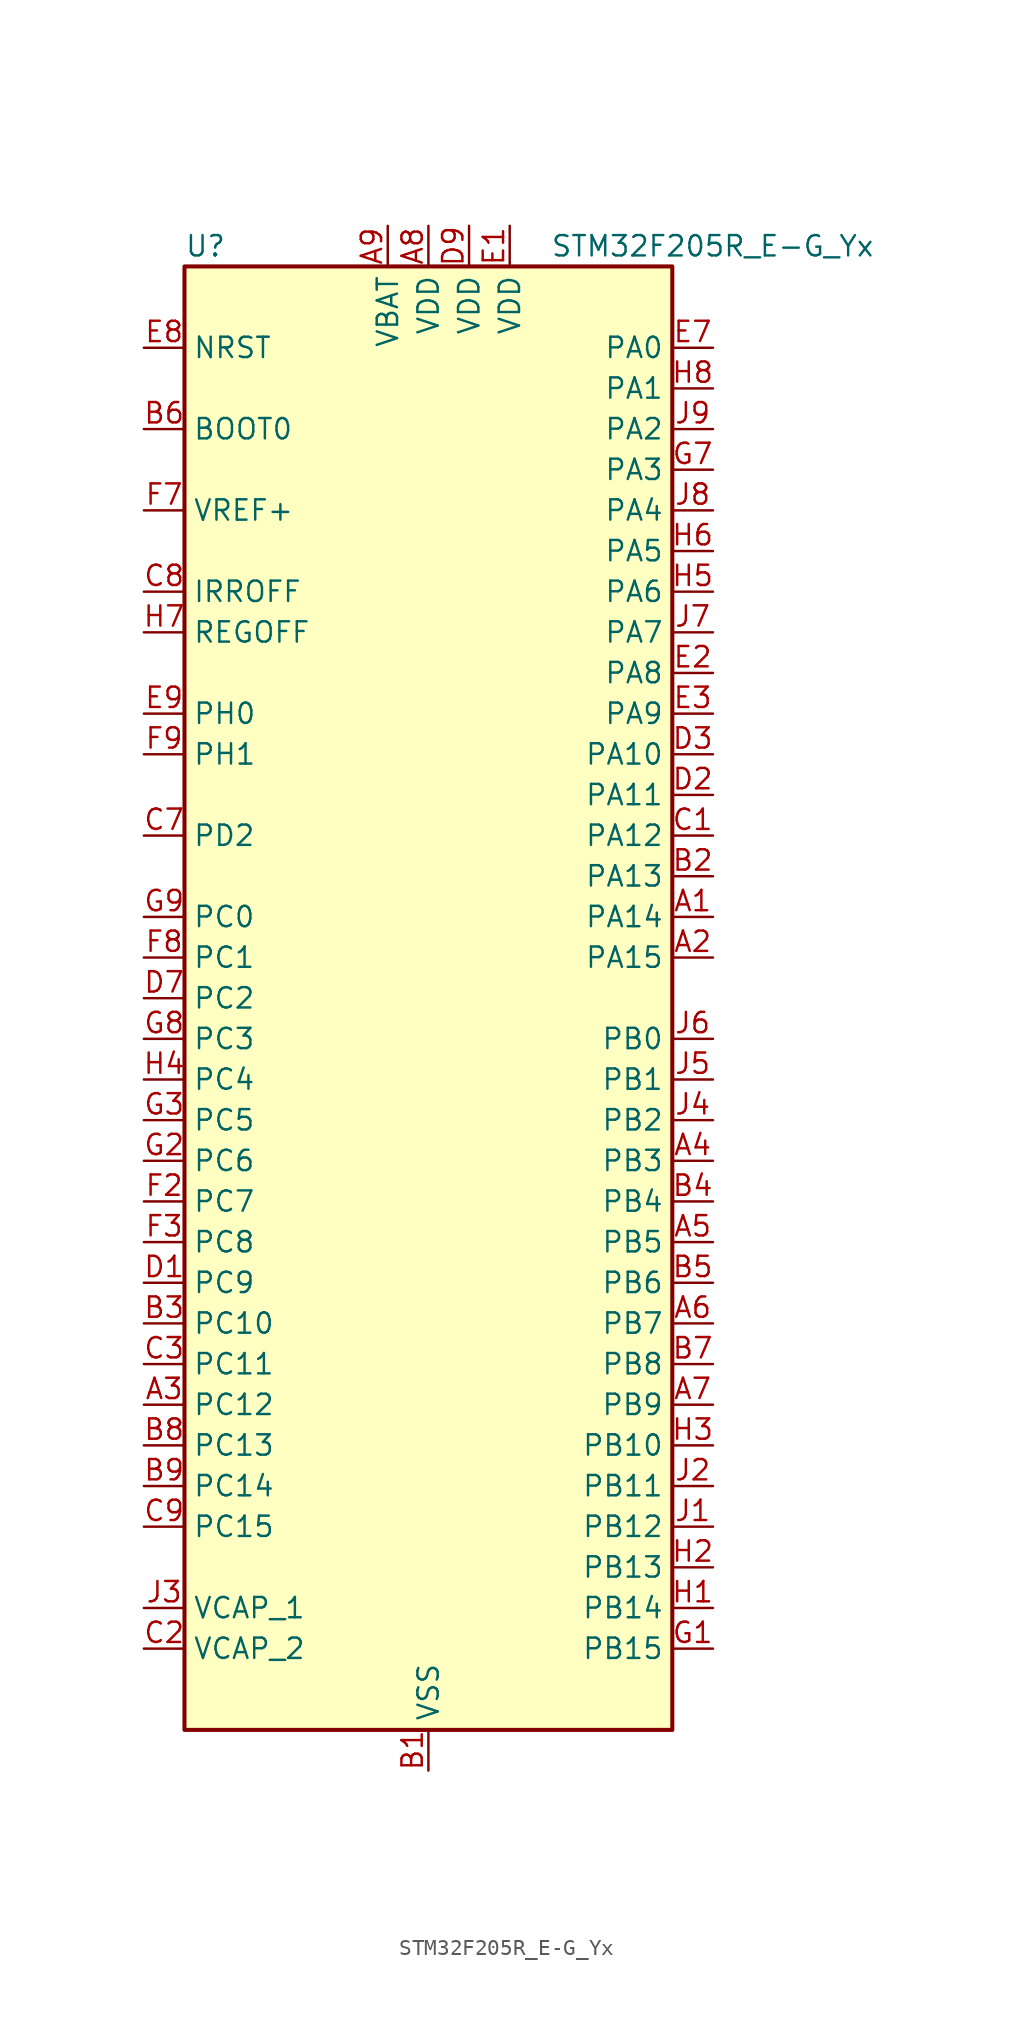
<source format=kicad_sym>
(kicad_symbol_lib
  (version 20241209)
  (generator "kicad_symbol_editor")
  (generator_version "9.0")
  (symbol "STM32F205R_E-G_Yx"
    (property "Reference" "U"
      (at -15.24 46.99 0)
      (effects (font (size 1.27 1.27)) (justify left)))
    (property "Value" "STM32F205R_E-G_Yx"
      (at 7.62 46.99 0)
      (effects (font (size 1.27 1.27)) (justify left)))
    (symbol "STM32F205R_E-G_Yx_0_1"
      (rectangle (start -15.24 -45.72) (end 15.24 45.72) (stroke (width 0.254) (type default)) (fill (type background))))
    (symbol "STM32F205R_E-G_Yx_1_1"
      (pin input line (at -17.78 40.64 0) (length 2.54) (name "NRST" (effects (font (size 1.27 1.27)))) (number "E8" (effects (font (size 1.27 1.27)))))
      (pin input line (at -17.78 35.56 0) (length 2.54) (name "BOOT0" (effects (font (size 1.27 1.27)))) (number "B6" (effects (font (size 1.27 1.27)))))
      (pin input line (at -17.78 30.48 0) (length 2.54) (name "VREF+" (effects (font (size 1.27 1.27)))) (number "F7" (effects (font (size 1.27 1.27)))))
      (pin input line (at -17.78 25.4 0) (length 2.54) (name "IRROFF" (effects (font (size 1.27 1.27)))) (number "C8" (effects (font (size 1.27 1.27)))))
      (pin input line (at -17.78 22.86 0) (length 2.54) (name "REGOFF" (effects (font (size 1.27 1.27)))) (number "H7" (effects (font (size 1.27 1.27)))))
      (pin bidirectional line (at -17.78 17.78 0) (length 2.54) (name "PH0" (effects (font (size 1.27 1.27)))) (number "E9" (effects (font (size 1.27 1.27)))) (alternate "RCC_OSC_IN" bidirectional line))
      (pin bidirectional line (at -17.78 15.24 0) (length 2.54) (name "PH1" (effects (font (size 1.27 1.27)))) (number "F9" (effects (font (size 1.27 1.27)))) (alternate "RCC_OSC_OUT" bidirectional line))
      (pin bidirectional line (at -17.78 10.16 0) (length 2.54) (name "PD2" (effects (font (size 1.27 1.27)))) (number "C7" (effects (font (size 1.27 1.27)))) (alternate "SDIO_CMD" bidirectional line) (alternate "TIM3_ETR" bidirectional line) (alternate "UART5_RX" bidirectional line))
      (pin bidirectional line (at -17.78 5.08 0) (length 2.54) (name "PC0" (effects (font (size 1.27 1.27)))) (number "G9" (effects (font (size 1.27 1.27)))) (alternate "ADC1_IN10" bidirectional line) (alternate "ADC2_IN10" bidirectional line) (alternate "ADC3_IN10" bidirectional line) (alternate "USB_OTG_HS_ULPI_STP" bidirectional line))
      (pin bidirectional line (at -17.78 2.54 0) (length 2.54) (name "PC1" (effects (font (size 1.27 1.27)))) (number "F8" (effects (font (size 1.27 1.27)))) (alternate "ADC1_IN11" bidirectional line) (alternate "ADC2_IN11" bidirectional line) (alternate "ADC3_IN11" bidirectional line))
      (pin bidirectional line (at -17.78 0 0) (length 2.54) (name "PC2" (effects (font (size 1.27 1.27)))) (number "D7" (effects (font (size 1.27 1.27)))) (alternate "ADC1_IN12" bidirectional line) (alternate "ADC2_IN12" bidirectional line) (alternate "ADC3_IN12" bidirectional line) (alternate "SPI2_MISO" bidirectional line) (alternate "USB_OTG_HS_ULPI_DIR" bidirectional line))
      (pin bidirectional line (at -17.78 -2.54 0) (length 2.54) (name "PC3" (effects (font (size 1.27 1.27)))) (number "G8" (effects (font (size 1.27 1.27)))) (alternate "ADC1_IN13" bidirectional line) (alternate "ADC2_IN13" bidirectional line) (alternate "ADC3_IN13" bidirectional line) (alternate "I2S2_SD" bidirectional line) (alternate "SPI2_MOSI" bidirectional line) (alternate "USB_OTG_HS_ULPI_NXT" bidirectional line))
      (pin bidirectional line (at -17.78 -5.08 0) (length 2.54) (name "PC4" (effects (font (size 1.27 1.27)))) (number "H4" (effects (font (size 1.27 1.27)))) (alternate "ADC1_IN14" bidirectional line) (alternate "ADC2_IN14" bidirectional line))
      (pin bidirectional line (at -17.78 -7.62 0) (length 2.54) (name "PC5" (effects (font (size 1.27 1.27)))) (number "G3" (effects (font (size 1.27 1.27)))) (alternate "ADC1_IN15" bidirectional line) (alternate "ADC2_IN15" bidirectional line))
      (pin bidirectional line (at -17.78 -10.16 0) (length 2.54) (name "PC6" (effects (font (size 1.27 1.27)))) (number "G2" (effects (font (size 1.27 1.27)))) (alternate "I2S2_MCK" bidirectional line) (alternate "SDIO_D6" bidirectional line) (alternate "TIM3_CH1" bidirectional line) (alternate "TIM8_CH1" bidirectional line) (alternate "USART6_TX" bidirectional line))
      (pin bidirectional line (at -17.78 -12.7 0) (length 2.54) (name "PC7" (effects (font (size 1.27 1.27)))) (number "F2" (effects (font (size 1.27 1.27)))) (alternate "I2S3_MCK" bidirectional line) (alternate "SDIO_D7" bidirectional line) (alternate "TIM3_CH2" bidirectional line) (alternate "TIM8_CH2" bidirectional line) (alternate "USART6_RX" bidirectional line))
      (pin bidirectional line (at -17.78 -15.24 0) (length 2.54) (name "PC8" (effects (font (size 1.27 1.27)))) (number "F3" (effects (font (size 1.27 1.27)))) (alternate "SDIO_D0" bidirectional line) (alternate "TIM3_CH3" bidirectional line) (alternate "TIM8_CH3" bidirectional line) (alternate "USART6_CK" bidirectional line))
      (pin bidirectional line (at -17.78 -17.78 0) (length 2.54) (name "PC9" (effects (font (size 1.27 1.27)))) (number "D1" (effects (font (size 1.27 1.27)))) (alternate "DAC_EXTI9" bidirectional line) (alternate "I2C3_SDA" bidirectional line) (alternate "I2S_CKIN" bidirectional line) (alternate "RCC_MCO_2" bidirectional line) (alternate "SDIO_D1" bidirectional line) (alternate "TIM3_CH4" bidirectional line) (alternate "TIM8_CH4" bidirectional line))
      (pin bidirectional line (at -17.78 -20.32 0) (length 2.54) (name "PC10" (effects (font (size 1.27 1.27)))) (number "B3" (effects (font (size 1.27 1.27)))) (alternate "I2S3_SCK" bidirectional line) (alternate "SDIO_D2" bidirectional line) (alternate "SPI3_SCK" bidirectional line) (alternate "UART4_TX" bidirectional line) (alternate "USART3_TX" bidirectional line))
      (pin bidirectional line (at -17.78 -22.86 0) (length 2.54) (name "PC11" (effects (font (size 1.27 1.27)))) (number "C3" (effects (font (size 1.27 1.27)))) (alternate "ADC1_EXTI11" bidirectional line) (alternate "ADC2_EXTI11" bidirectional line) (alternate "ADC3_EXTI11" bidirectional line) (alternate "SDIO_D3" bidirectional line) (alternate "SPI3_MISO" bidirectional line) (alternate "UART4_RX" bidirectional line) (alternate "USART3_RX" bidirectional line))
      (pin bidirectional line (at -17.78 -25.4 0) (length 2.54) (name "PC12" (effects (font (size 1.27 1.27)))) (number "A3" (effects (font (size 1.27 1.27)))) (alternate "I2S3_SD" bidirectional line) (alternate "SDIO_CK" bidirectional line) (alternate "SPI3_MOSI" bidirectional line) (alternate "UART5_TX" bidirectional line) (alternate "USART3_CK" bidirectional line))
      (pin bidirectional line (at -17.78 -27.94 0) (length 2.54) (name "PC13" (effects (font (size 1.27 1.27)))) (number "B8" (effects (font (size 1.27 1.27)))) (alternate "RTC_AF1" bidirectional line))
      (pin bidirectional line (at -17.78 -30.48 0) (length 2.54) (name "PC14" (effects (font (size 1.27 1.27)))) (number "B9" (effects (font (size 1.27 1.27)))) (alternate "RCC_OSC32_IN" bidirectional line))
      (pin bidirectional line (at -17.78 -33.02 0) (length 2.54) (name "PC15" (effects (font (size 1.27 1.27)))) (number "C9" (effects (font (size 1.27 1.27)))) (alternate "ADC1_EXTI15" bidirectional line) (alternate "ADC2_EXTI15" bidirectional line) (alternate "ADC3_EXTI15" bidirectional line) (alternate "RCC_OSC32_OUT" bidirectional line))
      (pin power_out line (at -17.78 -38.1 0) (length 2.54) (name "VCAP_1" (effects (font (size 1.27 1.27)))) (number "J3" (effects (font (size 1.27 1.27)))))
      (pin power_out line (at -17.78 -40.64 0) (length 2.54) (name "VCAP_2" (effects (font (size 1.27 1.27)))) (number "C2" (effects (font (size 1.27 1.27)))))
      (pin power_in line (at -2.54 48.26 270) (length 2.54) (name "VBAT" (effects (font (size 1.27 1.27)))) (number "A9" (effects (font (size 1.27 1.27)))))
      (pin power_in line (at 0 48.26 270) (length 2.54) (name "VDD" (effects (font (size 1.27 1.27)))) (number "A8" (effects (font (size 1.27 1.27)))))
      (pin power_in line (at 0 -48.26 90) (length 2.54) (name "VSS" (effects (font (size 1.27 1.27)))) (number "B1" (effects (font (size 1.27 1.27)))))
      (pin passive line (at 0 -48.26 90) (length 2.54) (hide yes) (name "VSS" (effects (font (size 1.27 1.27)))) (number "D8" (effects (font (size 1.27 1.27)))))
      (pin passive line (at 0 -48.26 90) (length 2.54) (hide yes) (name "VSS" (effects (font (size 1.27 1.27)))) (number "F1" (effects (font (size 1.27 1.27)))))
      (pin passive line (at 0 -48.26 90) (length 2.54) (hide yes) (name "VSS" (effects (font (size 1.27 1.27)))) (number "H9" (effects (font (size 1.27 1.27)))))
      (pin power_in line (at 2.54 48.26 270) (length 2.54) (name "VDD" (effects (font (size 1.27 1.27)))) (number "D9" (effects (font (size 1.27 1.27)))))
      (pin power_in line (at 5.08 48.26 270) (length 2.54) (name "VDD" (effects (font (size 1.27 1.27)))) (number "E1" (effects (font (size 1.27 1.27)))))
      (pin bidirectional line (at 17.78 40.64 180) (length 2.54) (name "PA0" (effects (font (size 1.27 1.27)))) (number "E7" (effects (font (size 1.27 1.27)))) (alternate "ADC1_IN0" bidirectional line) (alternate "ADC2_IN0" bidirectional line) (alternate "ADC3_IN0" bidirectional line) (alternate "SYS_WKUP" bidirectional line) (alternate "TIM2_CH1" bidirectional line) (alternate "TIM2_ETR" bidirectional line) (alternate "TIM5_CH1" bidirectional line) (alternate "TIM8_ETR" bidirectional line) (alternate "UART4_TX" bidirectional line) (alternate "USART2_CTS" bidirectional line))
      (pin bidirectional line (at 17.78 38.1 180) (length 2.54) (name "PA1" (effects (font (size 1.27 1.27)))) (number "H8" (effects (font (size 1.27 1.27)))) (alternate "ADC1_IN1" bidirectional line) (alternate "ADC2_IN1" bidirectional line) (alternate "ADC3_IN1" bidirectional line) (alternate "TIM2_CH2" bidirectional line) (alternate "TIM5_CH2" bidirectional line) (alternate "UART4_RX" bidirectional line) (alternate "USART2_RTS" bidirectional line))
      (pin bidirectional line (at 17.78 35.56 180) (length 2.54) (name "PA2" (effects (font (size 1.27 1.27)))) (number "J9" (effects (font (size 1.27 1.27)))) (alternate "ADC1_IN2" bidirectional line) (alternate "ADC2_IN2" bidirectional line) (alternate "ADC3_IN2" bidirectional line) (alternate "TIM2_CH3" bidirectional line) (alternate "TIM5_CH3" bidirectional line) (alternate "TIM9_CH1" bidirectional line) (alternate "USART2_TX" bidirectional line))
      (pin bidirectional line (at 17.78 33.02 180) (length 2.54) (name "PA3" (effects (font (size 1.27 1.27)))) (number "G7" (effects (font (size 1.27 1.27)))) (alternate "ADC1_IN3" bidirectional line) (alternate "ADC2_IN3" bidirectional line) (alternate "ADC3_IN3" bidirectional line) (alternate "TIM2_CH4" bidirectional line) (alternate "TIM5_CH4" bidirectional line) (alternate "TIM9_CH2" bidirectional line) (alternate "USART2_RX" bidirectional line) (alternate "USB_OTG_HS_ULPI_D0" bidirectional line))
      (pin bidirectional line (at 17.78 30.48 180) (length 2.54) (name "PA4" (effects (font (size 1.27 1.27)))) (number "J8" (effects (font (size 1.27 1.27)))) (alternate "ADC1_IN4" bidirectional line) (alternate "ADC2_IN4" bidirectional line) (alternate "DAC_OUT1" bidirectional line) (alternate "I2S3_WS" bidirectional line) (alternate "SPI1_NSS" bidirectional line) (alternate "SPI3_NSS" bidirectional line) (alternate "USART2_CK" bidirectional line) (alternate "USB_OTG_HS_SOF" bidirectional line))
      (pin bidirectional line (at 17.78 27.94 180) (length 2.54) (name "PA5" (effects (font (size 1.27 1.27)))) (number "H6" (effects (font (size 1.27 1.27)))) (alternate "ADC1_IN5" bidirectional line) (alternate "ADC2_IN5" bidirectional line) (alternate "DAC_OUT2" bidirectional line) (alternate "SPI1_SCK" bidirectional line) (alternate "TIM2_CH1" bidirectional line) (alternate "TIM2_ETR" bidirectional line) (alternate "TIM8_CH1N" bidirectional line) (alternate "USB_OTG_HS_ULPI_CK" bidirectional line))
      (pin bidirectional line (at 17.78 25.4 180) (length 2.54) (name "PA6" (effects (font (size 1.27 1.27)))) (number "H5" (effects (font (size 1.27 1.27)))) (alternate "ADC1_IN6" bidirectional line) (alternate "ADC2_IN6" bidirectional line) (alternate "SPI1_MISO" bidirectional line) (alternate "TIM13_CH1" bidirectional line) (alternate "TIM1_BKIN" bidirectional line) (alternate "TIM3_CH1" bidirectional line) (alternate "TIM8_BKIN" bidirectional line))
      (pin bidirectional line (at 17.78 22.86 180) (length 2.54) (name "PA7" (effects (font (size 1.27 1.27)))) (number "J7" (effects (font (size 1.27 1.27)))) (alternate "ADC1_IN7" bidirectional line) (alternate "ADC2_IN7" bidirectional line) (alternate "SPI1_MOSI" bidirectional line) (alternate "TIM14_CH1" bidirectional line) (alternate "TIM1_CH1N" bidirectional line) (alternate "TIM3_CH2" bidirectional line) (alternate "TIM8_CH1N" bidirectional line))
      (pin bidirectional line (at 17.78 20.32 180) (length 2.54) (name "PA8" (effects (font (size 1.27 1.27)))) (number "E2" (effects (font (size 1.27 1.27)))) (alternate "I2C3_SCL" bidirectional line) (alternate "RCC_MCO_1" bidirectional line) (alternate "TIM1_CH1" bidirectional line) (alternate "USART1_CK" bidirectional line) (alternate "USB_OTG_FS_SOF" bidirectional line))
      (pin bidirectional line (at 17.78 17.78 180) (length 2.54) (name "PA9" (effects (font (size 1.27 1.27)))) (number "E3" (effects (font (size 1.27 1.27)))) (alternate "DAC_EXTI9" bidirectional line) (alternate "I2C3_SMBA" bidirectional line) (alternate "TIM1_CH2" bidirectional line) (alternate "USART1_TX" bidirectional line) (alternate "USB_OTG_FS_VBUS" bidirectional line))
      (pin bidirectional line (at 17.78 15.24 180) (length 2.54) (name "PA10" (effects (font (size 1.27 1.27)))) (number "D3" (effects (font (size 1.27 1.27)))) (alternate "TIM1_CH3" bidirectional line) (alternate "USART1_RX" bidirectional line) (alternate "USB_OTG_FS_ID" bidirectional line))
      (pin bidirectional line (at 17.78 12.7 180) (length 2.54) (name "PA11" (effects (font (size 1.27 1.27)))) (number "D2" (effects (font (size 1.27 1.27)))) (alternate "ADC1_EXTI11" bidirectional line) (alternate "ADC2_EXTI11" bidirectional line) (alternate "ADC3_EXTI11" bidirectional line) (alternate "CAN1_RX" bidirectional line) (alternate "TIM1_CH4" bidirectional line) (alternate "USART1_CTS" bidirectional line) (alternate "USB_OTG_FS_DM" bidirectional line))
      (pin bidirectional line (at 17.78 10.16 180) (length 2.54) (name "PA12" (effects (font (size 1.27 1.27)))) (number "C1" (effects (font (size 1.27 1.27)))) (alternate "CAN1_TX" bidirectional line) (alternate "TIM1_ETR" bidirectional line) (alternate "USART1_RTS" bidirectional line) (alternate "USB_OTG_FS_DP" bidirectional line))
      (pin bidirectional line (at 17.78 7.62 180) (length 2.54) (name "PA13" (effects (font (size 1.27 1.27)))) (number "B2" (effects (font (size 1.27 1.27)))) (alternate "SYS_JTMS-SWDIO" bidirectional line))
      (pin bidirectional line (at 17.78 5.08 180) (length 2.54) (name "PA14" (effects (font (size 1.27 1.27)))) (number "A1" (effects (font (size 1.27 1.27)))) (alternate "SYS_JTCK-SWCLK" bidirectional line))
      (pin bidirectional line (at 17.78 2.54 180) (length 2.54) (name "PA15" (effects (font (size 1.27 1.27)))) (number "A2" (effects (font (size 1.27 1.27)))) (alternate "ADC1_EXTI15" bidirectional line) (alternate "ADC2_EXTI15" bidirectional line) (alternate "ADC3_EXTI15" bidirectional line) (alternate "I2S3_WS" bidirectional line) (alternate "SPI1_NSS" bidirectional line) (alternate "SPI3_NSS" bidirectional line) (alternate "SYS_JTDI" bidirectional line) (alternate "TIM2_CH1" bidirectional line) (alternate "TIM2_ETR" bidirectional line))
      (pin bidirectional line (at 17.78 -2.54 180) (length 2.54) (name "PB0" (effects (font (size 1.27 1.27)))) (number "J6" (effects (font (size 1.27 1.27)))) (alternate "ADC1_IN8" bidirectional line) (alternate "ADC2_IN8" bidirectional line) (alternate "TIM1_CH2N" bidirectional line) (alternate "TIM3_CH3" bidirectional line) (alternate "TIM8_CH2N" bidirectional line) (alternate "USB_OTG_HS_ULPI_D1" bidirectional line))
      (pin bidirectional line (at 17.78 -5.08 180) (length 2.54) (name "PB1" (effects (font (size 1.27 1.27)))) (number "J5" (effects (font (size 1.27 1.27)))) (alternate "ADC1_IN9" bidirectional line) (alternate "ADC2_IN9" bidirectional line) (alternate "TIM1_CH3N" bidirectional line) (alternate "TIM3_CH4" bidirectional line) (alternate "TIM8_CH3N" bidirectional line) (alternate "USB_OTG_HS_ULPI_D2" bidirectional line))
      (pin bidirectional line (at 17.78 -7.62 180) (length 2.54) (name "PB2" (effects (font (size 1.27 1.27)))) (number "J4" (effects (font (size 1.27 1.27)))))
      (pin bidirectional line (at 17.78 -10.16 180) (length 2.54) (name "PB3" (effects (font (size 1.27 1.27)))) (number "A4" (effects (font (size 1.27 1.27)))) (alternate "I2S3_SCK" bidirectional line) (alternate "SPI1_SCK" bidirectional line) (alternate "SPI3_SCK" bidirectional line) (alternate "SYS_JTDO-SWO" bidirectional line) (alternate "TIM2_CH2" bidirectional line))
      (pin bidirectional line (at 17.78 -12.7 180) (length 2.54) (name "PB4" (effects (font (size 1.27 1.27)))) (number "B4" (effects (font (size 1.27 1.27)))) (alternate "SPI1_MISO" bidirectional line) (alternate "SPI3_MISO" bidirectional line) (alternate "SYS_JTRST" bidirectional line) (alternate "TIM3_CH1" bidirectional line))
      (pin bidirectional line (at 17.78 -15.24 180) (length 2.54) (name "PB5" (effects (font (size 1.27 1.27)))) (number "A5" (effects (font (size 1.27 1.27)))) (alternate "CAN2_RX" bidirectional line) (alternate "I2C1_SMBA" bidirectional line) (alternate "I2S3_SD" bidirectional line) (alternate "SPI1_MOSI" bidirectional line) (alternate "SPI3_MOSI" bidirectional line) (alternate "TIM3_CH2" bidirectional line) (alternate "USB_OTG_HS_ULPI_D7" bidirectional line))
      (pin bidirectional line (at 17.78 -17.78 180) (length 2.54) (name "PB6" (effects (font (size 1.27 1.27)))) (number "B5" (effects (font (size 1.27 1.27)))) (alternate "CAN2_TX" bidirectional line) (alternate "I2C1_SCL" bidirectional line) (alternate "TIM4_CH1" bidirectional line) (alternate "USART1_TX" bidirectional line))
      (pin bidirectional line (at 17.78 -20.32 180) (length 2.54) (name "PB7" (effects (font (size 1.27 1.27)))) (number "A6" (effects (font (size 1.27 1.27)))) (alternate "I2C1_SDA" bidirectional line) (alternate "TIM4_CH2" bidirectional line) (alternate "USART1_RX" bidirectional line))
      (pin bidirectional line (at 17.78 -22.86 180) (length 2.54) (name "PB8" (effects (font (size 1.27 1.27)))) (number "B7" (effects (font (size 1.27 1.27)))) (alternate "CAN1_RX" bidirectional line) (alternate "I2C1_SCL" bidirectional line) (alternate "SDIO_D4" bidirectional line) (alternate "TIM10_CH1" bidirectional line) (alternate "TIM4_CH3" bidirectional line))
      (pin bidirectional line (at 17.78 -25.4 180) (length 2.54) (name "PB9" (effects (font (size 1.27 1.27)))) (number "A7" (effects (font (size 1.27 1.27)))) (alternate "CAN1_TX" bidirectional line) (alternate "DAC_EXTI9" bidirectional line) (alternate "I2C1_SDA" bidirectional line) (alternate "I2S2_WS" bidirectional line) (alternate "SDIO_D5" bidirectional line) (alternate "SPI2_NSS" bidirectional line) (alternate "TIM11_CH1" bidirectional line) (alternate "TIM4_CH4" bidirectional line))
      (pin bidirectional line (at 17.78 -27.94 180) (length 2.54) (name "PB10" (effects (font (size 1.27 1.27)))) (number "H3" (effects (font (size 1.27 1.27)))) (alternate "I2C2_SCL" bidirectional line) (alternate "I2S2_SCK" bidirectional line) (alternate "SPI2_SCK" bidirectional line) (alternate "TIM2_CH3" bidirectional line) (alternate "USART3_TX" bidirectional line) (alternate "USB_OTG_HS_ULPI_D3" bidirectional line))
      (pin bidirectional line (at 17.78 -30.48 180) (length 2.54) (name "PB11" (effects (font (size 1.27 1.27)))) (number "J2" (effects (font (size 1.27 1.27)))) (alternate "ADC1_EXTI11" bidirectional line) (alternate "ADC2_EXTI11" bidirectional line) (alternate "ADC3_EXTI11" bidirectional line) (alternate "I2C2_SDA" bidirectional line) (alternate "TIM2_CH4" bidirectional line) (alternate "USART3_RX" bidirectional line) (alternate "USB_OTG_HS_ULPI_D4" bidirectional line))
      (pin bidirectional line (at 17.78 -33.02 180) (length 2.54) (name "PB12" (effects (font (size 1.27 1.27)))) (number "J1" (effects (font (size 1.27 1.27)))) (alternate "CAN2_RX" bidirectional line) (alternate "I2C2_SMBA" bidirectional line) (alternate "I2S2_WS" bidirectional line) (alternate "SPI2_NSS" bidirectional line) (alternate "TIM1_BKIN" bidirectional line) (alternate "USART3_CK" bidirectional line) (alternate "USB_OTG_HS_ID" bidirectional line) (alternate "USB_OTG_HS_ULPI_D5" bidirectional line))
      (pin bidirectional line (at 17.78 -35.56 180) (length 2.54) (name "PB13" (effects (font (size 1.27 1.27)))) (number "H2" (effects (font (size 1.27 1.27)))) (alternate "CAN2_TX" bidirectional line) (alternate "I2S2_SCK" bidirectional line) (alternate "SPI2_SCK" bidirectional line) (alternate "TIM1_CH1N" bidirectional line) (alternate "USART3_CTS" bidirectional line) (alternate "USB_OTG_HS_ULPI_D6" bidirectional line) (alternate "USB_OTG_HS_VBUS" bidirectional line))
      (pin bidirectional line (at 17.78 -38.1 180) (length 2.54) (name "PB14" (effects (font (size 1.27 1.27)))) (number "H1" (effects (font (size 1.27 1.27)))) (alternate "SPI2_MISO" bidirectional line) (alternate "TIM12_CH1" bidirectional line) (alternate "TIM1_CH2N" bidirectional line) (alternate "TIM8_CH2N" bidirectional line) (alternate "USART3_RTS" bidirectional line) (alternate "USB_OTG_HS_DM" bidirectional line))
      (pin bidirectional line (at 17.78 -40.64 180) (length 2.54) (name "PB15" (effects (font (size 1.27 1.27)))) (number "G1" (effects (font (size 1.27 1.27)))) (alternate "ADC1_EXTI15" bidirectional line) (alternate "ADC2_EXTI15" bidirectional line) (alternate "ADC3_EXTI15" bidirectional line) (alternate "I2S2_SD" bidirectional line) (alternate "RTC_REFIN" bidirectional line) (alternate "SPI2_MOSI" bidirectional line) (alternate "TIM12_CH2" bidirectional line) (alternate "TIM1_CH3N" bidirectional line) (alternate "TIM8_CH3N" bidirectional line) (alternate "USB_OTG_HS_DP" bidirectional line)))))
</source>
